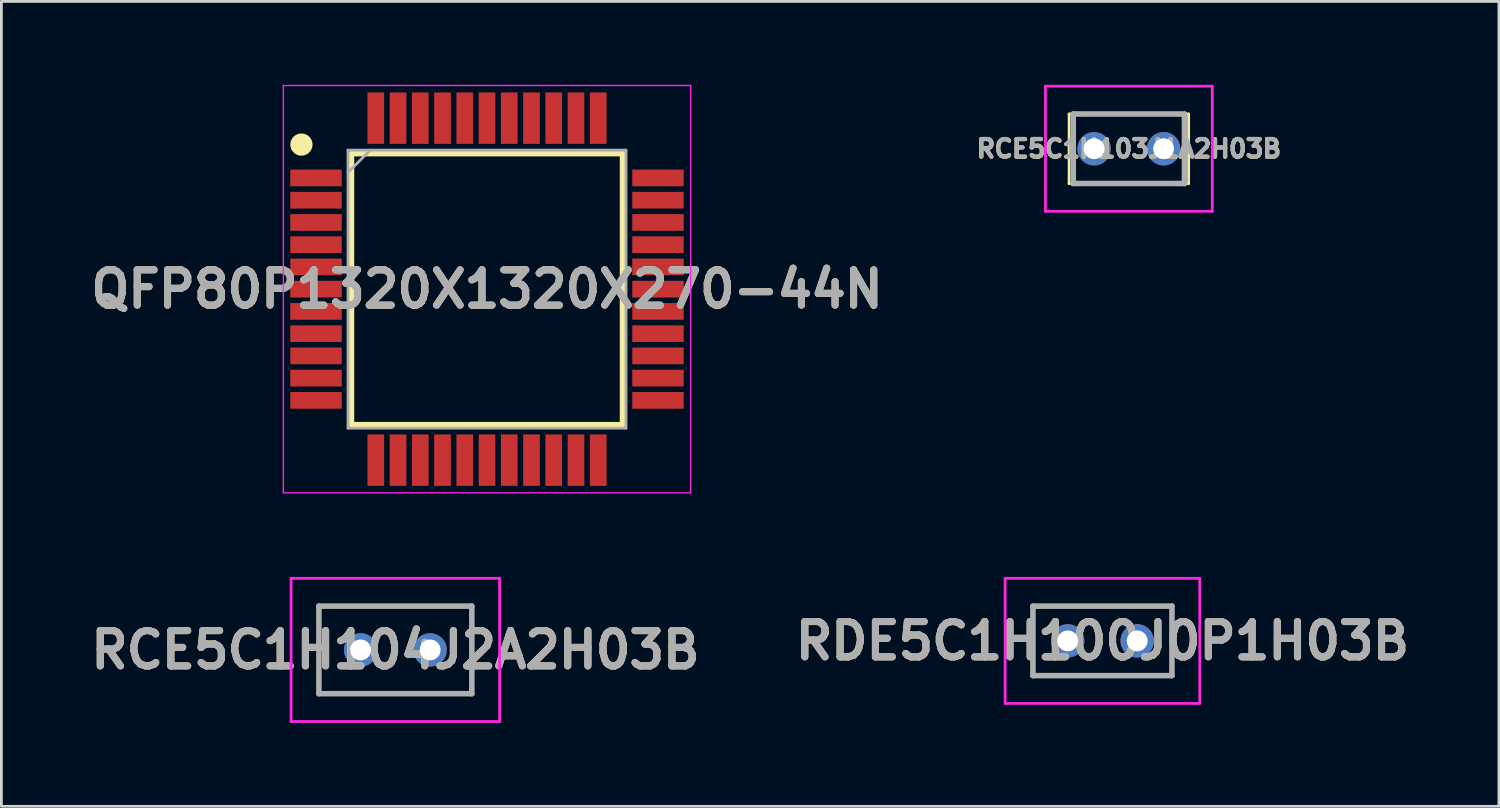
<source format=kicad_pcb>
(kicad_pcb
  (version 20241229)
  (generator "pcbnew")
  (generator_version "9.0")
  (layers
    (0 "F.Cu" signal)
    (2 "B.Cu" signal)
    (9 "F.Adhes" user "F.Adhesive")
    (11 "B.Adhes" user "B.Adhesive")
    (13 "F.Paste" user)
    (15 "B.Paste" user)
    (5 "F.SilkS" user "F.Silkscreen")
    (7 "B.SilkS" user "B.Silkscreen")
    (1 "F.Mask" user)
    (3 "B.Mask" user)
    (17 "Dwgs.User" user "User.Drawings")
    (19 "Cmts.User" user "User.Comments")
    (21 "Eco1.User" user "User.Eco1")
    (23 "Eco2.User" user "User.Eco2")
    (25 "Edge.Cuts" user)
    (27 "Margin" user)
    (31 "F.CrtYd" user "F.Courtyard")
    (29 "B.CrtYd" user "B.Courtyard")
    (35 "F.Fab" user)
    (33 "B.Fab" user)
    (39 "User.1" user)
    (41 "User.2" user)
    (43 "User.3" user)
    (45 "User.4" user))
  (footprint "RDE5C1H100J0P1H03B"
    (layer "F.Cu")
    (at 35.351 20)
    (property "Reference" "RDE5C1H100J0P1H03B" (at 1.25 0 0) (layer "F.SilkS") (effects (font (size 1.27 1.27) (thickness 0.254))))
    (attr through_hole)
    (fp_line (start -1.25 -1.25) (end 3.75 -1.25) (stroke (width 0.1) (type solid)) (layer "F.SilkS"))
    (fp_line (start -1.25 1.25) (end -1.25 -1.25) (stroke (width 0.1) (type solid)) (layer "F.SilkS"))
    (fp_line (start 3.75 -1.25) (end 3.75 1.25) (stroke (width 0.1) (type solid)) (layer "F.SilkS"))
    (fp_line (start 3.75 1.25) (end -1.25 1.25) (stroke (width 0.1) (type solid)) (layer "F.SilkS"))
    (fp_line (start -2.25 -2.25) (end 4.75 -2.25) (stroke (width 0.1) (type solid)) (layer "F.CrtYd"))
    (fp_line (start -2.25 2.25) (end -2.25 -2.25) (stroke (width 0.1) (type solid)) (layer "F.CrtYd"))
    (fp_line (start 4.75 -2.25) (end 4.75 2.25) (stroke (width 0.1) (type solid)) (layer "F.CrtYd"))
    (fp_line (start 4.75 2.25) (end -2.25 2.25) (stroke (width 0.1) (type solid)) (layer "F.CrtYd"))
    (fp_line (start -1.25 -1.25) (end 3.75 -1.25) (stroke (width 0.2) (type solid)) (layer "F.Fab"))
    (fp_line (start -1.25 1.25) (end -1.25 -1.25) (stroke (width 0.2) (type solid)) (layer "F.Fab"))
    (fp_line (start 3.75 -1.25) (end 3.75 1.25) (stroke (width 0.2) (type solid)) (layer "F.Fab"))
    (fp_line (start 3.75 1.25) (end -1.25 1.25) (stroke (width 0.2) (type solid)) (layer "F.Fab"))
    (fp_text user "${REFERENCE}" (at 1.25 0 0) (layer "F.Fab") (effects (font (size 1.27 1.27) (thickness 0.254))))
    (pad "1" thru_hole circle (at 0 0) (size 1.2 1.2) (drill 0.75) (layers "*.Cu" "*.Mask"))
    (pad "2" thru_hole circle (at 2.5 0) (size 1.2 1.2) (drill 0.75) (layers "*.Cu" "*.Mask")))
  (footprint "RCE5C1H104J2A2H03B"
    (layer "F.Cu")
    (at 9.92 20.325)
    (property "Reference" "RCE5C1H104J2A2H03B" (at 1.25 0 0) (layer "F.SilkS") (effects (font (size 1.27 1.27) (thickness 0.254))))
    (attr through_hole)
    (fp_line (start -1.5 -1.575) (end 4 -1.575) (stroke (width 0.1) (type solid)) (layer "F.SilkS"))
    (fp_line (start -1.5 1.575) (end -1.5 -1.575) (stroke (width 0.1) (type solid)) (layer "F.SilkS"))
    (fp_line (start 4 -1.575) (end 4 1.575) (stroke (width 0.1) (type solid)) (layer "F.SilkS"))
    (fp_line (start 4 1.575) (end -1.5 1.575) (stroke (width 0.1) (type solid)) (layer "F.SilkS"))
    (fp_line (start -2.5 -2.575) (end 5 -2.575) (stroke (width 0.1) (type solid)) (layer "F.CrtYd"))
    (fp_line (start -2.5 2.575) (end -2.5 -2.575) (stroke (width 0.1) (type solid)) (layer "F.CrtYd"))
    (fp_line (start 5 -2.575) (end 5 2.575) (stroke (width 0.1) (type solid)) (layer "F.CrtYd"))
    (fp_line (start 5 2.575) (end -2.5 2.575) (stroke (width 0.1) (type solid)) (layer "F.CrtYd"))
    (fp_line (start -1.5 -1.575) (end 4 -1.575) (stroke (width 0.2) (type solid)) (layer "F.Fab"))
    (fp_line (start -1.5 1.575) (end -1.5 -1.575) (stroke (width 0.2) (type solid)) (layer "F.Fab"))
    (fp_line (start 4 -1.575) (end 4 1.575) (stroke (width 0.2) (type solid)) (layer "F.Fab"))
    (fp_line (start 4 1.575) (end -1.5 1.575) (stroke (width 0.2) (type solid)) (layer "F.Fab"))
    (fp_text user "${REFERENCE}" (at 1.25 0 0) (layer "F.Fab") (effects (font (size 1.27 1.27) (thickness 0.254))))
    (pad "1" thru_hole circle (at 0 0) (size 1.2 1.2) (drill 0.75) (layers "*.Cu" "*.Mask"))
    (pad "2" thru_hole circle (at 2.5 0) (size 1.2 1.2) (drill 0.75) (layers "*.Cu" "*.Mask")))
  (footprint "QFP80P1320X1320X270-44N"
    (layer "F.Cu")
    (at 14.466 7.35)
    (property "Reference" "QFP80P1320X1320X270-44N" (at 0 0 0) (layer "F.SilkS") (effects (font (size 1.27 1.27) (thickness 0.254))))
    (attr smd)
    (fp_line (start -4.875 -4.875) (end 4.875 -4.875) (stroke (width 0.2) (type solid)) (layer "F.SilkS"))
    (fp_line (start -4.875 4.875) (end -4.875 -4.875) (stroke (width 0.2) (type solid)) (layer "F.SilkS"))
    (fp_line (start 4.875 -4.875) (end 4.875 4.875) (stroke (width 0.2) (type solid)) (layer "F.SilkS"))
    (fp_line (start 4.875 4.875) (end -4.875 4.875) (stroke (width 0.2) (type solid)) (layer "F.SilkS"))
    (fp_circle (center -6.675 -5.2) (end -6.675 -5) (stroke (width 0.4) (type solid)) (fill no) (layer "F.SilkS"))
    (fp_line (start -7.325 -7.325) (end 7.325 -7.325) (stroke (width 0.05) (type solid)) (layer "F.CrtYd"))
    (fp_line (start -7.325 7.325) (end -7.325 -7.325) (stroke (width 0.05) (type solid)) (layer "F.CrtYd"))
    (fp_line (start 7.325 -7.325) (end 7.325 7.325) (stroke (width 0.05) (type solid)) (layer "F.CrtYd"))
    (fp_line (start 7.325 7.325) (end -7.325 7.325) (stroke (width 0.05) (type solid)) (layer "F.CrtYd"))
    (fp_line (start -5 -5) (end 5 -5) (stroke (width 0.1) (type solid)) (layer "F.Fab"))
    (fp_line (start -5 -4.2) (end -4.2 -5) (stroke (width 0.1) (type solid)) (layer "F.Fab"))
    (fp_line (start -5 5) (end -5 -5) (stroke (width 0.1) (type solid)) (layer "F.Fab"))
    (fp_line (start 5 -5) (end 5 5) (stroke (width 0.1) (type solid)) (layer "F.Fab"))
    (fp_line (start 5 5) (end -5 5) (stroke (width 0.1) (type solid)) (layer "F.Fab"))
    (fp_text user "${REFERENCE}" (at 0 0 0) (layer "F.Fab") (effects (font (size 1.27 1.27) (thickness 0.254))))
    (pad "1" smd rect (at -6.15 -4 90) (size 0.6 1.85) (layers "F.Cu" "F.Mask" "F.Paste"))
    (pad "2" smd rect (at -6.15 -3.2 90) (size 0.6 1.85) (layers "F.Cu" "F.Mask" "F.Paste"))
    (pad "3" smd rect (at -6.15 -2.4 90) (size 0.6 1.85) (layers "F.Cu" "F.Mask" "F.Paste"))
    (pad "4" smd rect (at -6.15 -1.6 90) (size 0.6 1.85) (layers "F.Cu" "F.Mask" "F.Paste"))
    (pad "5" smd rect (at -6.15 -0.8 90) (size 0.6 1.85) (layers "F.Cu" "F.Mask" "F.Paste"))
    (pad "6" smd rect (at -6.15 0 90) (size 0.6 1.85) (layers "F.Cu" "F.Mask" "F.Paste"))
    (pad "7" smd rect (at -6.15 0.8 90) (size 0.6 1.85) (layers "F.Cu" "F.Mask" "F.Paste"))
    (pad "8" smd rect (at -6.15 1.6 90) (size 0.6 1.85) (layers "F.Cu" "F.Mask" "F.Paste"))
    (pad "9" smd rect (at -6.15 2.4 90) (size 0.6 1.85) (layers "F.Cu" "F.Mask" "F.Paste"))
    (pad "10" smd rect (at -6.15 3.2 90) (size 0.6 1.85) (layers "F.Cu" "F.Mask" "F.Paste"))
    (pad "11" smd rect (at -6.15 4 90) (size 0.6 1.85) (layers "F.Cu" "F.Mask" "F.Paste"))
    (pad "12" smd rect (at -4 6.15) (size 0.6 1.85) (layers "F.Cu" "F.Mask" "F.Paste"))
    (pad "13" smd rect (at -3.2 6.15) (size 0.6 1.85) (layers "F.Cu" "F.Mask" "F.Paste"))
    (pad "14" smd rect (at -2.4 6.15) (size 0.6 1.85) (layers "F.Cu" "F.Mask" "F.Paste"))
    (pad "15" smd rect (at -1.6 6.15) (size 0.6 1.85) (layers "F.Cu" "F.Mask" "F.Paste"))
    (pad "16" smd rect (at -0.8 6.15) (size 0.6 1.85) (layers "F.Cu" "F.Mask" "F.Paste"))
    (pad "17" smd rect (at 0 6.15) (size 0.6 1.85) (layers "F.Cu" "F.Mask" "F.Paste"))
    (pad "18" smd rect (at 0.8 6.15) (size 0.6 1.85) (layers "F.Cu" "F.Mask" "F.Paste"))
    (pad "19" smd rect (at 1.6 6.15) (size 0.6 1.85) (layers "F.Cu" "F.Mask" "F.Paste"))
    (pad "20" smd rect (at 2.4 6.15) (size 0.6 1.85) (layers "F.Cu" "F.Mask" "F.Paste"))
    (pad "21" smd rect (at 3.2 6.15) (size 0.6 1.85) (layers "F.Cu" "F.Mask" "F.Paste"))
    (pad "22" smd rect (at 4 6.15) (size 0.6 1.85) (layers "F.Cu" "F.Mask" "F.Paste"))
    (pad "23" smd rect (at 6.15 4 90) (size 0.6 1.85) (layers "F.Cu" "F.Mask" "F.Paste"))
    (pad "24" smd rect (at 6.15 3.2 90) (size 0.6 1.85) (layers "F.Cu" "F.Mask" "F.Paste"))
    (pad "25" smd rect (at 6.15 2.4 90) (size 0.6 1.85) (layers "F.Cu" "F.Mask" "F.Paste"))
    (pad "26" smd rect (at 6.15 1.6 90) (size 0.6 1.85) (layers "F.Cu" "F.Mask" "F.Paste"))
    (pad "27" smd rect (at 6.15 0.8 90) (size 0.6 1.85) (layers "F.Cu" "F.Mask" "F.Paste"))
    (pad "28" smd rect (at 6.15 0 90) (size 0.6 1.85) (layers "F.Cu" "F.Mask" "F.Paste"))
    (pad "29" smd rect (at 6.15 -0.8 90) (size 0.6 1.85) (layers "F.Cu" "F.Mask" "F.Paste"))
    (pad "30" smd rect (at 6.15 -1.6 90) (size 0.6 1.85) (layers "F.Cu" "F.Mask" "F.Paste"))
    (pad "31" smd rect (at 6.15 -2.4 90) (size 0.6 1.85) (layers "F.Cu" "F.Mask" "F.Paste"))
    (pad "32" smd rect (at 6.15 -3.2 90) (size 0.6 1.85) (layers "F.Cu" "F.Mask" "F.Paste"))
    (pad "33" smd rect (at 6.15 -4 90) (size 0.6 1.85) (layers "F.Cu" "F.Mask" "F.Paste"))
    (pad "34" smd rect (at 4 -6.15) (size 0.6 1.85) (layers "F.Cu" "F.Mask" "F.Paste"))
    (pad "35" smd rect (at 3.2 -6.15) (size 0.6 1.85) (layers "F.Cu" "F.Mask" "F.Paste"))
    (pad "36" smd rect (at 2.4 -6.15) (size 0.6 1.85) (layers "F.Cu" "F.Mask" "F.Paste"))
    (pad "37" smd rect (at 1.6 -6.15) (size 0.6 1.85) (layers "F.Cu" "F.Mask" "F.Paste"))
    (pad "38" smd rect (at 0.8 -6.15) (size 0.6 1.85) (layers "F.Cu" "F.Mask" "F.Paste"))
    (pad "39" smd rect (at 0 -6.15) (size 0.6 1.85) (layers "F.Cu" "F.Mask" "F.Paste"))
    (pad "40" smd rect (at -0.8 -6.15) (size 0.6 1.85) (layers "F.Cu" "F.Mask" "F.Paste"))
    (pad "41" smd rect (at -1.6 -6.15) (size 0.6 1.85) (layers "F.Cu" "F.Mask" "F.Paste"))
    (pad "42" smd rect (at -2.4 -6.15) (size 0.6 1.85) (layers "F.Cu" "F.Mask" "F.Paste"))
    (pad "43" smd rect (at -3.2 -6.15) (size 0.6 1.85) (layers "F.Cu" "F.Mask" "F.Paste"))
    (pad "44" smd rect (at -4 -6.15) (size 0.6 1.85) (layers "F.Cu" "F.Mask" "F.Paste")))
  (footprint "RCE5C1H103J1A2H03B"
    (layer "F.Cu")
    (at 36.301 2.3)
    (property "Reference" "RCE5C1H103J1A2H03B" (at 1.25 0 0) (layer "F.SilkS") (effects (font (size 0.635 0.635) (thickness 0.15))))
    (attr through_hole)
    (fp_line (start -0.9 -1.25) (end 3.4 -1.25) (stroke (width 0.1) (type solid)) (layer "F.SilkS"))
    (fp_line (start -0.9 1.25) (end -0.9 -1.25) (stroke (width 0.1) (type solid)) (layer "F.SilkS"))
    (fp_line (start 3.4 -1.25) (end 3.4 1.25) (stroke (width 0.1) (type solid)) (layer "F.SilkS"))
    (fp_line (start 3.4 1.25) (end -0.9 1.25) (stroke (width 0.1) (type solid)) (layer "F.SilkS"))
    (fp_line (start -1.75 -2.25) (end 4.25 -2.25) (stroke (width 0.1) (type solid)) (layer "F.CrtYd"))
    (fp_line (start -1.75 2.25) (end -1.75 -2.25) (stroke (width 0.1) (type solid)) (layer "F.CrtYd"))
    (fp_line (start 4.25 -2.25) (end 4.25 2.25) (stroke (width 0.1) (type solid)) (layer "F.CrtYd"))
    (fp_line (start 4.25 2.25) (end -1.75 2.25) (stroke (width 0.1) (type solid)) (layer "F.CrtYd"))
    (fp_line (start -0.75 -1.25) (end 3.25 -1.25) (stroke (width 0.2) (type solid)) (layer "F.Fab"))
    (fp_line (start -0.75 1.25) (end -0.75 -1.25) (stroke (width 0.2) (type solid)) (layer "F.Fab"))
    (fp_line (start 3.25 -1.25) (end 3.25 1.25) (stroke (width 0.2) (type solid)) (layer "F.Fab"))
    (fp_line (start 3.25 1.25) (end -0.75 1.25) (stroke (width 0.2) (type solid)) (layer "F.Fab"))
    (fp_text user "${REFERENCE}" (at 1.25 0 0) (layer "F.Fab") (effects (font (size 0.635 0.635) (thickness 0.15))))
    (pad "1" thru_hole circle (at 0 0) (size 1.2 1.2) (drill 0.75) (layers "*.Cu" "*.Mask"))
    (pad "2" thru_hole circle (at 2.5 0) (size 1.2 1.2) (drill 0.75) (layers "*.Cu" "*.Mask")))
  (gr_rect
    (start -3 -3)
    (end 50.861 25.95)
    (stroke (width 0.1) (type default))
    (fill no)
    (layer "Edge.Cuts")))
</source>
